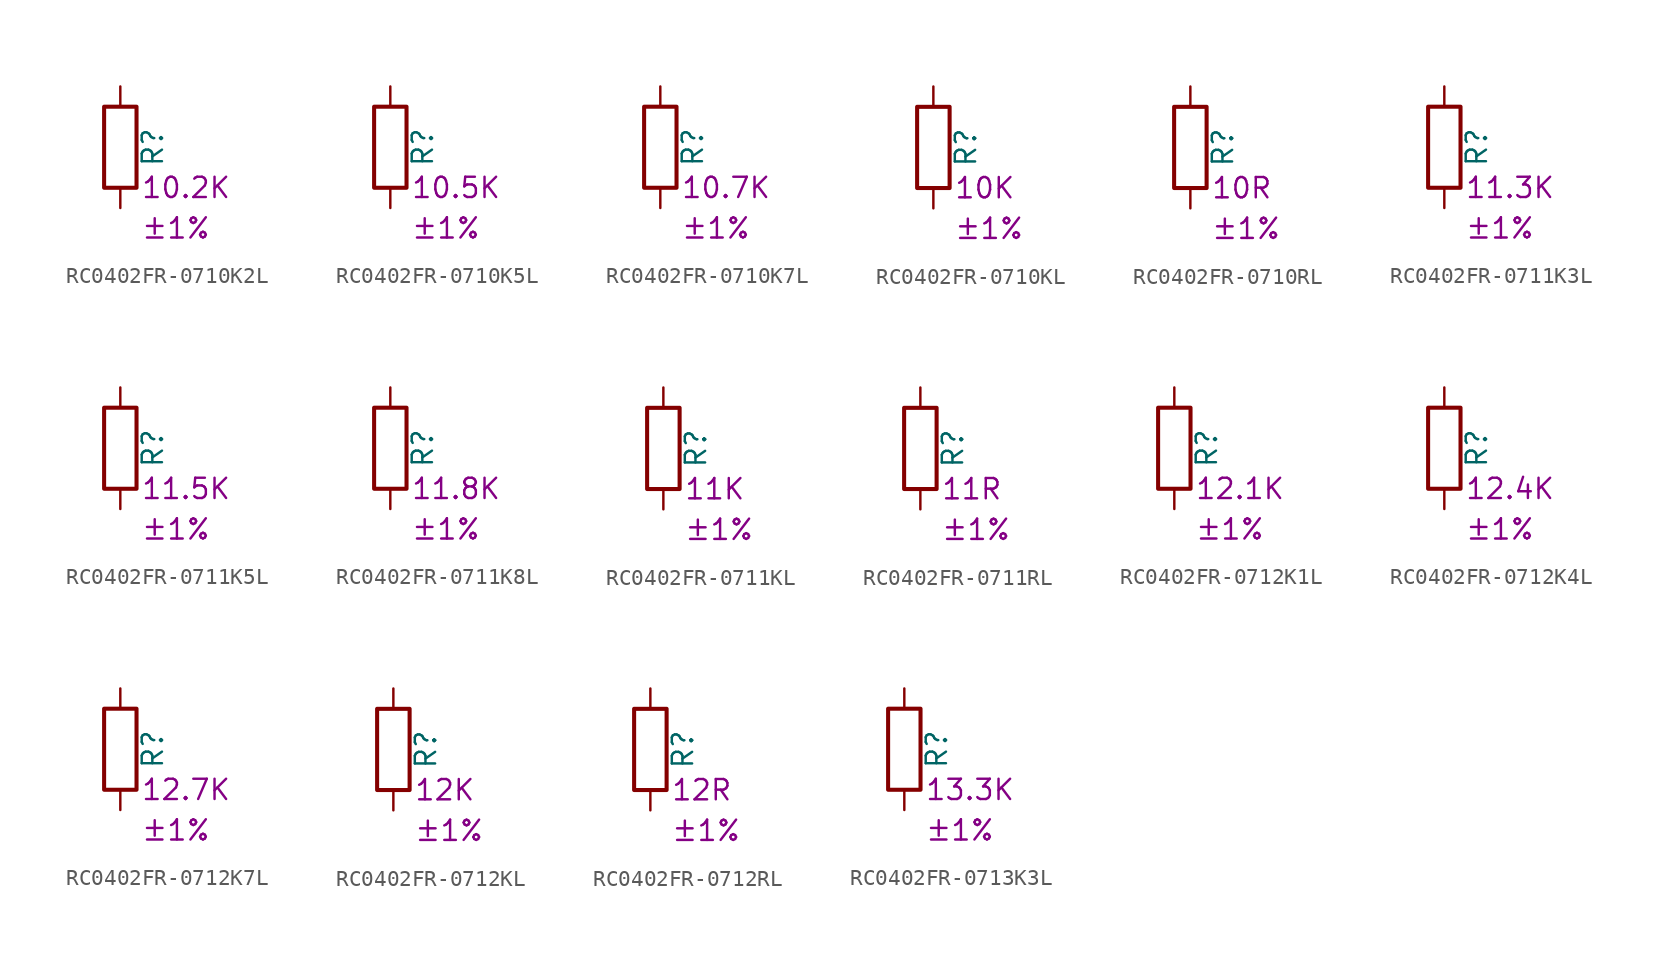
<source format=kicad_sym>
(kicad_symbol_lib
  (version 20220914)
  (generator kicad_symbol_editor)
  (symbol "RC0402FR-0710K2L"
    (pin_numbers hide)
    (pin_names
      (offset 0))
    (property "Reference" "R"
      (at 2.032 0 90)
      (effects (font (size 1.27 1.27))))
    (property "Resistance" "10.2K"
      (at 1.27 -2.54 0)
      (effects (font (size 1.27 1.27)) (justify left)))
    (property "Tolerance" "±1%"
      (at 1.27 -5.08 0)
      (effects (font (size 1.27 1.27)) (justify left)))
    (symbol "RC0402FR-0710K2L_0_1"
      (rectangle (start -1.016 -2.54) (end 1.016 2.54) (stroke (width 0.254) (type default)) (fill (type none))))
    (symbol "RC0402FR-0710K2L_1_1"
      (pin passive line (at 0 3.81 270) (length 1.27) (name "~" (effects (font (size 1.27 1.27)))) (number "1" (effects (font (size 1.27 1.27)))))
      (pin passive line (at 0 -3.81 90) (length 1.27) (name "~" (effects (font (size 1.27 1.27)))) (number "2" (effects (font (size 1.27 1.27)))))))
  (symbol "RC0402FR-0710K5L"
    (pin_numbers hide)
    (pin_names
      (offset 0))
    (property "Reference" "R"
      (at 2.032 0 90)
      (effects (font (size 1.27 1.27))))
    (property "Resistance" "10.5K"
      (at 1.27 -2.54 0)
      (effects (font (size 1.27 1.27)) (justify left)))
    (property "Tolerance" "±1%"
      (at 1.27 -5.08 0)
      (effects (font (size 1.27 1.27)) (justify left)))
    (symbol "RC0402FR-0710K5L_0_1"
      (rectangle (start -1.016 -2.54) (end 1.016 2.54) (stroke (width 0.254) (type default)) (fill (type none))))
    (symbol "RC0402FR-0710K5L_1_1"
      (pin passive line (at 0 3.81 270) (length 1.27) (name "~" (effects (font (size 1.27 1.27)))) (number "1" (effects (font (size 1.27 1.27)))))
      (pin passive line (at 0 -3.81 90) (length 1.27) (name "~" (effects (font (size 1.27 1.27)))) (number "2" (effects (font (size 1.27 1.27)))))))
  (symbol "RC0402FR-0710K7L"
    (pin_numbers hide)
    (pin_names
      (offset 0))
    (property "Reference" "R"
      (at 2.032 0 90)
      (effects (font (size 1.27 1.27))))
    (property "Resistance" "10.7K"
      (at 1.27 -2.54 0)
      (effects (font (size 1.27 1.27)) (justify left)))
    (property "Tolerance" "±1%"
      (at 1.27 -5.08 0)
      (effects (font (size 1.27 1.27)) (justify left)))
    (symbol "RC0402FR-0710K7L_0_1"
      (rectangle (start -1.016 -2.54) (end 1.016 2.54) (stroke (width 0.254) (type default)) (fill (type none))))
    (symbol "RC0402FR-0710K7L_1_1"
      (pin passive line (at 0 3.81 270) (length 1.27) (name "~" (effects (font (size 1.27 1.27)))) (number "1" (effects (font (size 1.27 1.27)))))
      (pin passive line (at 0 -3.81 90) (length 1.27) (name "~" (effects (font (size 1.27 1.27)))) (number "2" (effects (font (size 1.27 1.27)))))))
  (symbol "RC0402FR-0710KL"
    (pin_numbers hide)
    (pin_names
      (offset 0))
    (property "Reference" "R"
      (at 2.032 0 90)
      (effects (font (size 1.27 1.27))))
    (property "Resistance" "10K"
      (at 1.27 -2.54 0)
      (effects (font (size 1.27 1.27)) (justify left)))
    (property "Tolerance" "±1%"
      (at 1.27 -5.08 0)
      (effects (font (size 1.27 1.27)) (justify left)))
    (symbol "RC0402FR-0710KL_0_1"
      (rectangle (start -1.016 -2.54) (end 1.016 2.54) (stroke (width 0.254) (type default)) (fill (type none))))
    (symbol "RC0402FR-0710KL_1_1"
      (pin passive line (at 0 3.81 270) (length 1.27) (name "~" (effects (font (size 1.27 1.27)))) (number "1" (effects (font (size 1.27 1.27)))))
      (pin passive line (at 0 -3.81 90) (length 1.27) (name "~" (effects (font (size 1.27 1.27)))) (number "2" (effects (font (size 1.27 1.27)))))))
  (symbol "RC0402FR-0710RL"
    (pin_numbers hide)
    (pin_names
      (offset 0))
    (property "Reference" "R"
      (at 2.032 0 90)
      (effects (font (size 1.27 1.27))))
    (property "Resistance" "10R"
      (at 1.27 -2.54 0)
      (effects (font (size 1.27 1.27)) (justify left)))
    (property "Tolerance" "±1%"
      (at 1.27 -5.08 0)
      (effects (font (size 1.27 1.27)) (justify left)))
    (symbol "RC0402FR-0710RL_0_1"
      (rectangle (start -1.016 -2.54) (end 1.016 2.54) (stroke (width 0.254) (type default)) (fill (type none))))
    (symbol "RC0402FR-0710RL_1_1"
      (pin passive line (at 0 3.81 270) (length 1.27) (name "~" (effects (font (size 1.27 1.27)))) (number "1" (effects (font (size 1.27 1.27)))))
      (pin passive line (at 0 -3.81 90) (length 1.27) (name "~" (effects (font (size 1.27 1.27)))) (number "2" (effects (font (size 1.27 1.27)))))))
  (symbol "RC0402FR-0711K3L"
    (pin_numbers hide)
    (pin_names
      (offset 0))
    (property "Reference" "R"
      (at 2.032 0 90)
      (effects (font (size 1.27 1.27))))
    (property "Resistance" "11.3K"
      (at 1.27 -2.54 0)
      (effects (font (size 1.27 1.27)) (justify left)))
    (property "Tolerance" "±1%"
      (at 1.27 -5.08 0)
      (effects (font (size 1.27 1.27)) (justify left)))
    (symbol "RC0402FR-0711K3L_0_1"
      (rectangle (start -1.016 -2.54) (end 1.016 2.54) (stroke (width 0.254) (type default)) (fill (type none))))
    (symbol "RC0402FR-0711K3L_1_1"
      (pin passive line (at 0 3.81 270) (length 1.27) (name "~" (effects (font (size 1.27 1.27)))) (number "1" (effects (font (size 1.27 1.27)))))
      (pin passive line (at 0 -3.81 90) (length 1.27) (name "~" (effects (font (size 1.27 1.27)))) (number "2" (effects (font (size 1.27 1.27)))))))
  (symbol "RC0402FR-0711K5L"
    (pin_numbers hide)
    (pin_names
      (offset 0))
    (property "Reference" "R"
      (at 2.032 0 90)
      (effects (font (size 1.27 1.27))))
    (property "Resistance" "11.5K"
      (at 1.27 -2.54 0)
      (effects (font (size 1.27 1.27)) (justify left)))
    (property "Tolerance" "±1%"
      (at 1.27 -5.08 0)
      (effects (font (size 1.27 1.27)) (justify left)))
    (symbol "RC0402FR-0711K5L_0_1"
      (rectangle (start -1.016 -2.54) (end 1.016 2.54) (stroke (width 0.254) (type default)) (fill (type none))))
    (symbol "RC0402FR-0711K5L_1_1"
      (pin passive line (at 0 3.81 270) (length 1.27) (name "~" (effects (font (size 1.27 1.27)))) (number "1" (effects (font (size 1.27 1.27)))))
      (pin passive line (at 0 -3.81 90) (length 1.27) (name "~" (effects (font (size 1.27 1.27)))) (number "2" (effects (font (size 1.27 1.27)))))))
  (symbol "RC0402FR-0711K8L"
    (pin_numbers hide)
    (pin_names
      (offset 0))
    (property "Reference" "R"
      (at 2.032 0 90)
      (effects (font (size 1.27 1.27))))
    (property "Resistance" "11.8K"
      (at 1.27 -2.54 0)
      (effects (font (size 1.27 1.27)) (justify left)))
    (property "Tolerance" "±1%"
      (at 1.27 -5.08 0)
      (effects (font (size 1.27 1.27)) (justify left)))
    (symbol "RC0402FR-0711K8L_0_1"
      (rectangle (start -1.016 -2.54) (end 1.016 2.54) (stroke (width 0.254) (type default)) (fill (type none))))
    (symbol "RC0402FR-0711K8L_1_1"
      (pin passive line (at 0 3.81 270) (length 1.27) (name "~" (effects (font (size 1.27 1.27)))) (number "1" (effects (font (size 1.27 1.27)))))
      (pin passive line (at 0 -3.81 90) (length 1.27) (name "~" (effects (font (size 1.27 1.27)))) (number "2" (effects (font (size 1.27 1.27)))))))
  (symbol "RC0402FR-0711KL"
    (pin_numbers hide)
    (pin_names
      (offset 0))
    (property "Reference" "R"
      (at 2.032 0 90)
      (effects (font (size 1.27 1.27))))
    (property "Resistance" "11K"
      (at 1.27 -2.54 0)
      (effects (font (size 1.27 1.27)) (justify left)))
    (property "Tolerance" "±1%"
      (at 1.27 -5.08 0)
      (effects (font (size 1.27 1.27)) (justify left)))
    (symbol "RC0402FR-0711KL_0_1"
      (rectangle (start -1.016 -2.54) (end 1.016 2.54) (stroke (width 0.254) (type default)) (fill (type none))))
    (symbol "RC0402FR-0711KL_1_1"
      (pin passive line (at 0 3.81 270) (length 1.27) (name "~" (effects (font (size 1.27 1.27)))) (number "1" (effects (font (size 1.27 1.27)))))
      (pin passive line (at 0 -3.81 90) (length 1.27) (name "~" (effects (font (size 1.27 1.27)))) (number "2" (effects (font (size 1.27 1.27)))))))
  (symbol "RC0402FR-0711RL"
    (pin_numbers hide)
    (pin_names
      (offset 0))
    (property "Reference" "R"
      (at 2.032 0 90)
      (effects (font (size 1.27 1.27))))
    (property "Resistance" "11R"
      (at 1.27 -2.54 0)
      (effects (font (size 1.27 1.27)) (justify left)))
    (property "Tolerance" "±1%"
      (at 1.27 -5.08 0)
      (effects (font (size 1.27 1.27)) (justify left)))
    (symbol "RC0402FR-0711RL_0_1"
      (rectangle (start -1.016 -2.54) (end 1.016 2.54) (stroke (width 0.254) (type default)) (fill (type none))))
    (symbol "RC0402FR-0711RL_1_1"
      (pin passive line (at 0 3.81 270) (length 1.27) (name "~" (effects (font (size 1.27 1.27)))) (number "1" (effects (font (size 1.27 1.27)))))
      (pin passive line (at 0 -3.81 90) (length 1.27) (name "~" (effects (font (size 1.27 1.27)))) (number "2" (effects (font (size 1.27 1.27)))))))
  (symbol "RC0402FR-0712K1L"
    (pin_numbers hide)
    (pin_names
      (offset 0))
    (property "Reference" "R"
      (at 2.032 0 90)
      (effects (font (size 1.27 1.27))))
    (property "Resistance" "12.1K"
      (at 1.27 -2.54 0)
      (effects (font (size 1.27 1.27)) (justify left)))
    (property "Tolerance" "±1%"
      (at 1.27 -5.08 0)
      (effects (font (size 1.27 1.27)) (justify left)))
    (symbol "RC0402FR-0712K1L_0_1"
      (rectangle (start -1.016 -2.54) (end 1.016 2.54) (stroke (width 0.254) (type default)) (fill (type none))))
    (symbol "RC0402FR-0712K1L_1_1"
      (pin passive line (at 0 3.81 270) (length 1.27) (name "~" (effects (font (size 1.27 1.27)))) (number "1" (effects (font (size 1.27 1.27)))))
      (pin passive line (at 0 -3.81 90) (length 1.27) (name "~" (effects (font (size 1.27 1.27)))) (number "2" (effects (font (size 1.27 1.27)))))))
  (symbol "RC0402FR-0712K4L"
    (pin_numbers hide)
    (pin_names
      (offset 0))
    (property "Reference" "R"
      (at 2.032 0 90)
      (effects (font (size 1.27 1.27))))
    (property "Resistance" "12.4K"
      (at 1.27 -2.54 0)
      (effects (font (size 1.27 1.27)) (justify left)))
    (property "Tolerance" "±1%"
      (at 1.27 -5.08 0)
      (effects (font (size 1.27 1.27)) (justify left)))
    (symbol "RC0402FR-0712K4L_0_1"
      (rectangle (start -1.016 -2.54) (end 1.016 2.54) (stroke (width 0.254) (type default)) (fill (type none))))
    (symbol "RC0402FR-0712K4L_1_1"
      (pin passive line (at 0 3.81 270) (length 1.27) (name "~" (effects (font (size 1.27 1.27)))) (number "1" (effects (font (size 1.27 1.27)))))
      (pin passive line (at 0 -3.81 90) (length 1.27) (name "~" (effects (font (size 1.27 1.27)))) (number "2" (effects (font (size 1.27 1.27)))))))
  (symbol "RC0402FR-0712K7L"
    (pin_numbers hide)
    (pin_names
      (offset 0))
    (property "Reference" "R"
      (at 2.032 0 90)
      (effects (font (size 1.27 1.27))))
    (property "Resistance" "12.7K"
      (at 1.27 -2.54 0)
      (effects (font (size 1.27 1.27)) (justify left)))
    (property "Tolerance" "±1%"
      (at 1.27 -5.08 0)
      (effects (font (size 1.27 1.27)) (justify left)))
    (symbol "RC0402FR-0712K7L_0_1"
      (rectangle (start -1.016 -2.54) (end 1.016 2.54) (stroke (width 0.254) (type default)) (fill (type none))))
    (symbol "RC0402FR-0712K7L_1_1"
      (pin passive line (at 0 3.81 270) (length 1.27) (name "~" (effects (font (size 1.27 1.27)))) (number "1" (effects (font (size 1.27 1.27)))))
      (pin passive line (at 0 -3.81 90) (length 1.27) (name "~" (effects (font (size 1.27 1.27)))) (number "2" (effects (font (size 1.27 1.27)))))))
  (symbol "RC0402FR-0712KL"
    (pin_numbers hide)
    (pin_names
      (offset 0))
    (property "Reference" "R"
      (at 2.032 0 90)
      (effects (font (size 1.27 1.27))))
    (property "Resistance" "12K"
      (at 1.27 -2.54 0)
      (effects (font (size 1.27 1.27)) (justify left)))
    (property "Tolerance" "±1%"
      (at 1.27 -5.08 0)
      (effects (font (size 1.27 1.27)) (justify left)))
    (symbol "RC0402FR-0712KL_0_1"
      (rectangle (start -1.016 -2.54) (end 1.016 2.54) (stroke (width 0.254) (type default)) (fill (type none))))
    (symbol "RC0402FR-0712KL_1_1"
      (pin passive line (at 0 3.81 270) (length 1.27) (name "~" (effects (font (size 1.27 1.27)))) (number "1" (effects (font (size 1.27 1.27)))))
      (pin passive line (at 0 -3.81 90) (length 1.27) (name "~" (effects (font (size 1.27 1.27)))) (number "2" (effects (font (size 1.27 1.27)))))))
  (symbol "RC0402FR-0712RL"
    (pin_numbers hide)
    (pin_names
      (offset 0))
    (property "Reference" "R"
      (at 2.032 0 90)
      (effects (font (size 1.27 1.27))))
    (property "Resistance" "12R"
      (at 1.27 -2.54 0)
      (effects (font (size 1.27 1.27)) (justify left)))
    (property "Tolerance" "±1%"
      (at 1.27 -5.08 0)
      (effects (font (size 1.27 1.27)) (justify left)))
    (symbol "RC0402FR-0712RL_0_1"
      (rectangle (start -1.016 -2.54) (end 1.016 2.54) (stroke (width 0.254) (type default)) (fill (type none))))
    (symbol "RC0402FR-0712RL_1_1"
      (pin passive line (at 0 3.81 270) (length 1.27) (name "~" (effects (font (size 1.27 1.27)))) (number "1" (effects (font (size 1.27 1.27)))))
      (pin passive line (at 0 -3.81 90) (length 1.27) (name "~" (effects (font (size 1.27 1.27)))) (number "2" (effects (font (size 1.27 1.27)))))))
  (symbol "RC0402FR-0713K3L"
    (pin_numbers hide)
    (pin_names
      (offset 0))
    (property "Reference" "R"
      (at 2.032 0 90)
      (effects (font (size 1.27 1.27))))
    (property "Resistance" "13.3K"
      (at 1.27 -2.54 0)
      (effects (font (size 1.27 1.27)) (justify left)))
    (property "Tolerance" "±1%"
      (at 1.27 -5.08 0)
      (effects (font (size 1.27 1.27)) (justify left)))
    (symbol "RC0402FR-0713K3L_0_1"
      (rectangle (start -1.016 -2.54) (end 1.016 2.54) (stroke (width 0.254) (type default)) (fill (type none))))
    (symbol "RC0402FR-0713K3L_1_1"
      (pin passive line (at 0 3.81 270) (length 1.27) (name "~" (effects (font (size 1.27 1.27)))) (number "1" (effects (font (size 1.27 1.27)))))
      (pin passive line (at 0 -3.81 90) (length 1.27) (name "~" (effects (font (size 1.27 1.27)))) (number "2" (effects (font (size 1.27 1.27))))))))
</source>
